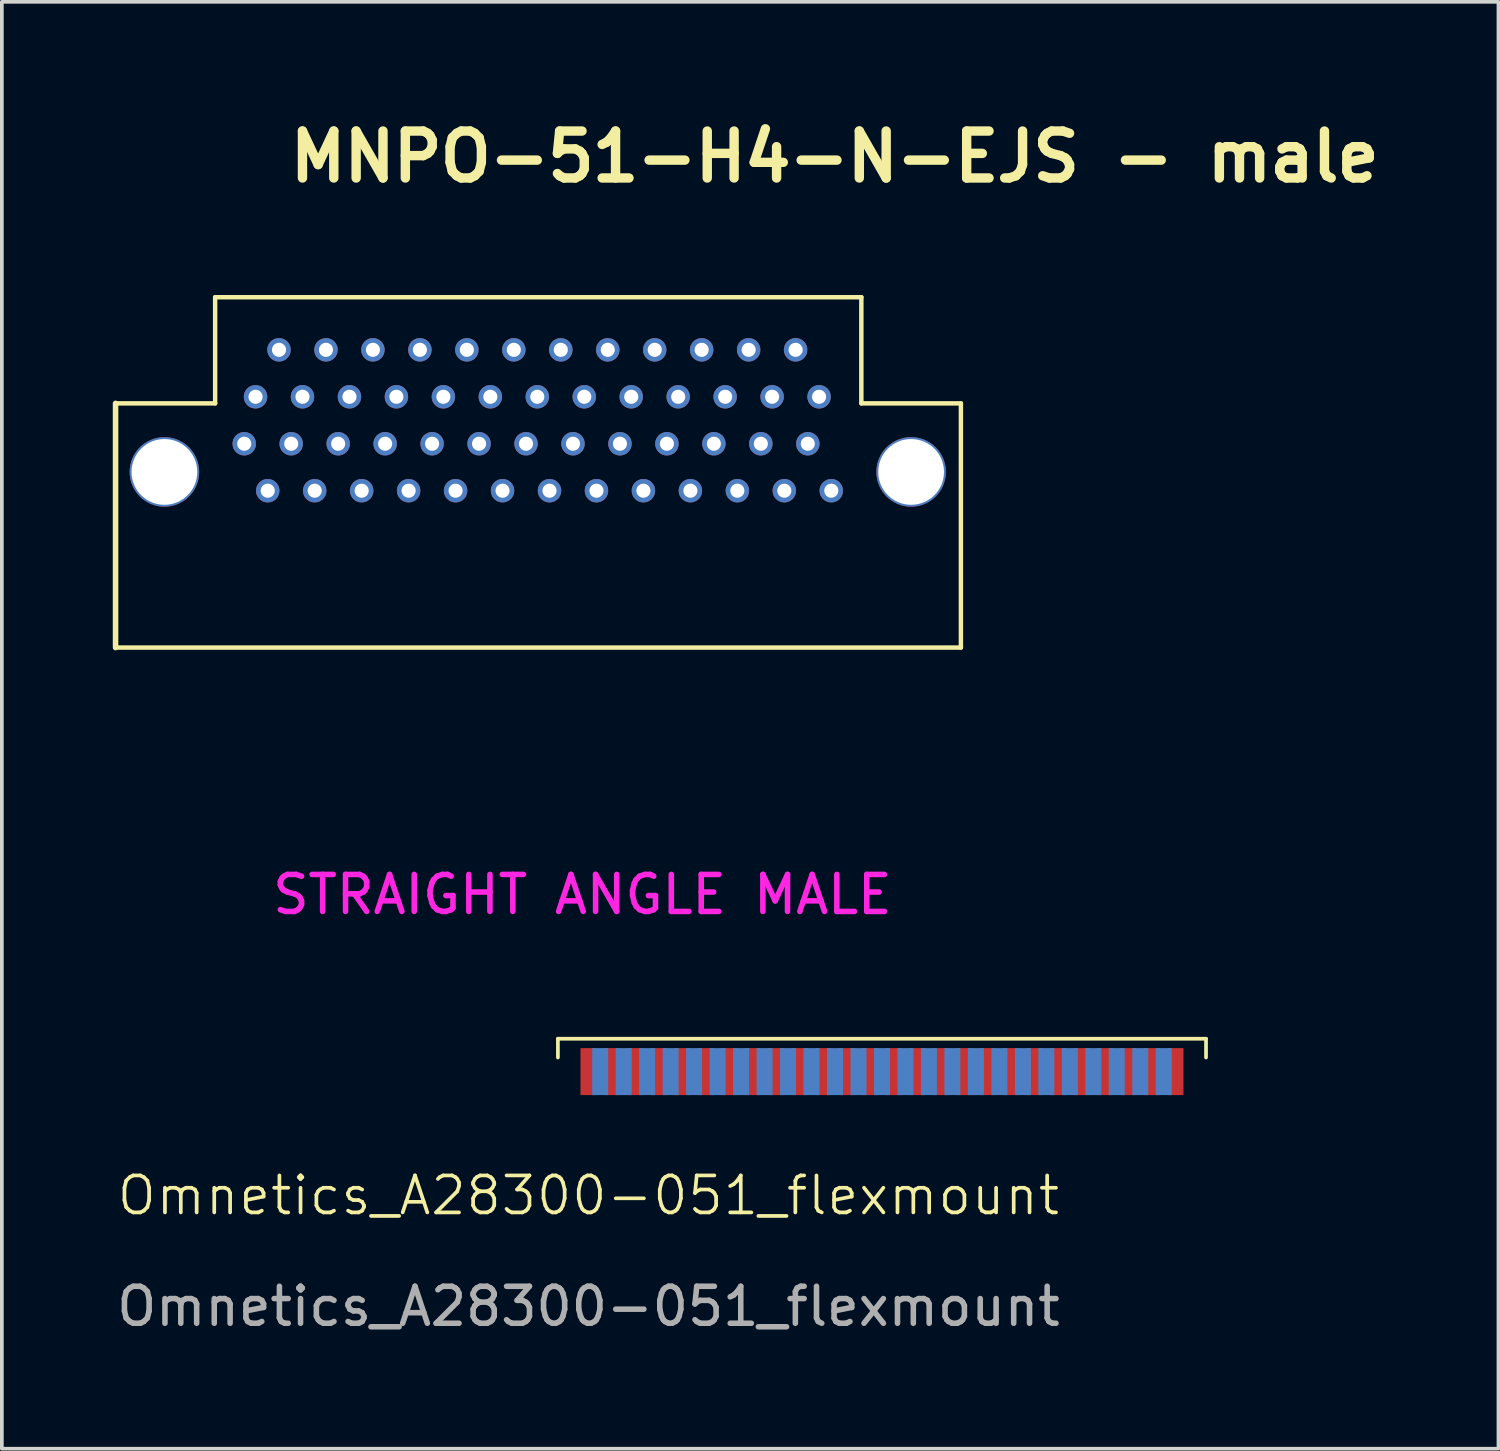
<source format=kicad_pcb>
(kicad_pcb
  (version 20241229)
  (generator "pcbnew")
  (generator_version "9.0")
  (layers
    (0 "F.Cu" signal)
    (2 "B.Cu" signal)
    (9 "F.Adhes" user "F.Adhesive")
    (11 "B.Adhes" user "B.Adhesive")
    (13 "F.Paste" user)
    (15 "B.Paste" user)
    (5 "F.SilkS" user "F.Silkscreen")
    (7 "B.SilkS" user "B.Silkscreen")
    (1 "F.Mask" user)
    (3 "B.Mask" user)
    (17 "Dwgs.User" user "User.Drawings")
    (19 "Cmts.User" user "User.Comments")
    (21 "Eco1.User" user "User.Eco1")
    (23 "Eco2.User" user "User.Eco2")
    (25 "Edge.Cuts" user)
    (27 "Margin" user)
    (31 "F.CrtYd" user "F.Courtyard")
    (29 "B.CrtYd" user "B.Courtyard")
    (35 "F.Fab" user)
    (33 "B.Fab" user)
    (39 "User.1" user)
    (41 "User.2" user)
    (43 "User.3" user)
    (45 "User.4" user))
  (footprint "Omnetics_A28300-051_flexmount"
    (layer "F.Cu")
    (at 12.863 25.929)
    (property "Reference" "Omnetics_A28300-051_flexmount" (at 0 3.35 0) (unlocked yes) (layer "F.SilkS") (effects (font (size 1 1) (thickness 0.1))))
    (fp_line (start -0.826 -0.889) (end -0.826 -0.381) (stroke (width 0.1) (type default)) (layer "F.SilkS"))
    (fp_line (start -0.826 -0.889) (end 16.701 -0.889) (stroke (width 0.1) (type default)) (layer "F.SilkS"))
    (fp_line (start 16.701 -0.889) (end 16.701 -0.381) (stroke (width 0.1) (type default)) (layer "F.SilkS"))
    (fp_text user "${REFERENCE}" (at 0 6.35 0) (unlocked yes) (layer "F.Fab") (effects (font (size 1 1) (thickness 0.15))))
    (pad "1" smd rect (at 0 0) (size 0.432 1.27) (layers "F.Cu" "F.Mask" "F.Paste"))
    (pad "2" smd rect (at 0.635 0) (size 0.432 1.27) (layers "F.Cu" "F.Mask" "F.Paste"))
    (pad "3" smd rect (at 1.27 0) (size 0.432 1.27) (layers "F.Cu" "F.Mask" "F.Paste"))
    (pad "4" smd rect (at 1.905 0) (size 0.432 1.27) (layers "F.Cu" "F.Mask" "F.Paste"))
    (pad "5" smd rect (at 2.54 0) (size 0.432 1.27) (layers "F.Cu" "F.Mask" "F.Paste"))
    (pad "6" smd rect (at 3.175 0) (size 0.432 1.27) (layers "F.Cu" "F.Mask" "F.Paste"))
    (pad "7" smd rect (at 3.81 0) (size 0.432 1.27) (layers "F.Cu" "F.Mask" "F.Paste"))
    (pad "8" smd rect (at 4.445 0) (size 0.432 1.27) (layers "F.Cu" "F.Mask" "F.Paste"))
    (pad "9" smd rect (at 5.08 0) (size 0.432 1.27) (layers "F.Cu" "F.Mask" "F.Paste"))
    (pad "10" smd rect (at 5.715 0) (size 0.432 1.27) (layers "F.Cu" "F.Mask" "F.Paste"))
    (pad "11" smd rect (at 6.35 0) (size 0.432 1.27) (layers "F.Cu" "F.Mask" "F.Paste"))
    (pad "12" smd rect (at 6.985 0) (size 0.432 1.27) (layers "F.Cu" "F.Mask" "F.Paste"))
    (pad "13" smd rect (at 7.62 0) (size 0.432 1.27) (layers "F.Cu" "F.Mask" "F.Paste"))
    (pad "14" smd rect (at 8.255 0) (size 0.432 1.27) (layers "F.Cu" "F.Mask" "F.Paste"))
    (pad "15" smd rect (at 8.89 0) (size 0.432 1.27) (layers "F.Cu" "F.Mask" "F.Paste"))
    (pad "16" smd rect (at 9.525 0) (size 0.432 1.27) (layers "F.Cu" "F.Mask" "F.Paste"))
    (pad "17" smd rect (at 10.16 0) (size 0.432 1.27) (layers "F.Cu" "F.Mask" "F.Paste"))
    (pad "18" smd rect (at 10.795 0) (size 0.432 1.27) (layers "F.Cu" "F.Mask" "F.Paste"))
    (pad "19" smd rect (at 11.43 0) (size 0.432 1.27) (layers "F.Cu" "F.Mask" "F.Paste"))
    (pad "20" smd rect (at 12.065 0) (size 0.432 1.27) (layers "F.Cu" "F.Mask" "F.Paste"))
    (pad "21" smd rect (at 12.7 0) (size 0.432 1.27) (layers "F.Cu" "F.Mask" "F.Paste"))
    (pad "22" smd rect (at 13.335 0) (size 0.432 1.27) (layers "F.Cu" "F.Mask" "F.Paste"))
    (pad "23" smd rect (at 13.97 0) (size 0.432 1.27) (layers "F.Cu" "F.Mask" "F.Paste"))
    (pad "24" smd rect (at 14.605 0) (size 0.432 1.27) (layers "F.Cu" "F.Mask" "F.Paste"))
    (pad "25" smd rect (at 15.24 0) (size 0.432 1.27) (layers "F.Cu" "F.Mask" "F.Paste"))
    (pad "26" smd rect (at 15.875 0) (size 0.432 1.27) (layers "F.Cu" "F.Mask" "F.Paste"))
    (pad "27" smd rect (at 0.318 0) (size 0.432 1.27) (layers "F.Mask" "B.Cu" "F.Paste"))
    (pad "28" smd rect (at 0.953 0) (size 0.432 1.27) (layers "F.Mask" "B.Cu" "F.Paste"))
    (pad "29" smd rect (at 1.587 0) (size 0.432 1.27) (layers "F.Mask" "B.Cu" "F.Paste"))
    (pad "30" smd rect (at 2.223 0) (size 0.432 1.27) (layers "F.Mask" "B.Cu" "F.Paste"))
    (pad "31" smd rect (at 2.857 0) (size 0.432 1.27) (layers "F.Mask" "B.Cu" "F.Paste"))
    (pad "32" smd rect (at 3.493 0) (size 0.432 1.27) (layers "F.Mask" "B.Cu" "F.Paste"))
    (pad "33" smd rect (at 4.128 0) (size 0.432 1.27) (layers "F.Mask" "B.Cu" "F.Paste"))
    (pad "34" smd rect (at 4.763 0) (size 0.432 1.27) (layers "F.Mask" "B.Cu" "F.Paste"))
    (pad "35" smd rect (at 5.397 0) (size 0.432 1.27) (layers "F.Mask" "B.Cu" "F.Paste"))
    (pad "36" smd rect (at 6.032 0) (size 0.432 1.27) (layers "F.Mask" "B.Cu" "F.Paste"))
    (pad "37" smd rect (at 6.668 0) (size 0.432 1.27) (layers "F.Mask" "B.Cu" "F.Paste"))
    (pad "38" smd rect (at 7.303 0) (size 0.432 1.27) (layers "F.Mask" "B.Cu" "F.Paste"))
    (pad "39" smd rect (at 7.938 0) (size 0.432 1.27) (layers "F.Mask" "B.Cu" "F.Paste"))
    (pad "40" smd rect (at 8.572 0) (size 0.432 1.27) (layers "F.Mask" "B.Cu" "F.Paste"))
    (pad "41" smd rect (at 9.207 0) (size 0.432 1.27) (layers "F.Mask" "B.Cu" "F.Paste"))
    (pad "42" smd rect (at 9.842 0) (size 0.432 1.27) (layers "F.Mask" "B.Cu" "F.Paste"))
    (pad "43" smd rect (at 10.477 0) (size 0.432 1.27) (layers "F.Mask" "B.Cu" "F.Paste"))
    (pad "44" smd rect (at 11.113 0) (size 0.432 1.27) (layers "F.Mask" "B.Cu" "F.Paste"))
    (pad "45" smd rect (at 11.748 0) (size 0.432 1.27) (layers "F.Mask" "B.Cu" "F.Paste"))
    (pad "46" smd rect (at 12.383 0) (size 0.432 1.27) (layers "F.Mask" "B.Cu" "F.Paste"))
    (pad "47" smd rect (at 13.018 0) (size 0.432 1.27) (layers "F.Mask" "B.Cu" "F.Paste"))
    (pad "48" smd rect (at 13.652 0) (size 0.432 1.27) (layers "F.Mask" "B.Cu" "F.Paste"))
    (pad "49" smd rect (at 14.287 0) (size 0.432 1.27) (layers "F.Mask" "B.Cu" "F.Paste"))
    (pad "50" smd rect (at 14.922 0) (size 0.432 1.27) (layers "F.Mask" "B.Cu" "F.Paste"))
    (pad "51" smd rect (at 15.557 0) (size 0.432 1.27) (layers "F.Mask" "B.Cu" "F.Paste")))
  (footprint "MNPO-51-H4-N-EJS - male"
    (layer "F.Cu")
    (at 21.589 9.712)
    (property "Reference" "MNPO-51-H4-N-EJS - male" (at -2.066 -8.523 0) (layer "F.SilkS") (effects (font (size 1.27 1.27) (thickness 0.254))))
    (attr through_hole)
    (fp_line (start -21.514 -1.854) (end -21.514 4.75) (stroke (width 0.15) (type solid)) (layer "F.SilkS"))
    (fp_line (start -18.821 -4.724) (end -1.346 -4.724) (stroke (width 0.12) (type solid)) (layer "F.SilkS"))
    (fp_line (start -18.821 -1.854) (end -21.514 -1.854) (stroke (width 0.12) (type solid)) (layer "F.SilkS"))
    (fp_line (start -18.821 -1.854) (end -18.821 -4.724) (stroke (width 0.12) (type solid)) (layer "F.SilkS"))
    (fp_line (start -1.346 -1.854) (end -1.346 -4.724) (stroke (width 0.12) (type solid)) (layer "F.SilkS"))
    (fp_line (start 1.346 -1.854) (end -1.346 -1.854) (stroke (width 0.12) (type solid)) (layer "F.SilkS"))
    (fp_line (start 1.346 -1.854) (end 1.346 4.75) (stroke (width 0.12) (type solid)) (layer "F.SilkS"))
    (fp_line (start 1.346 4.75) (end -21.514 4.75) (stroke (width 0.12) (type solid)) (layer "F.SilkS"))
    (fp_text user "STRAIGHT ANGLE MALE" (at -8.89 11.43 0) (layer "F.CrtYd") (effects (font (size 1 1) (thickness 0.15))))
    (pad "1" thru_hole circle (at -2.159 0.508 90) (size 0.635 0.635) (drill 0.381) (layers "*.Cu" "*.Mask"))
    (pad "2" thru_hole circle (at -2.794 -0.762 90) (size 0.635 0.635) (drill 0.381) (layers "*.Cu" "*.Mask"))
    (pad "3" thru_hole circle (at -3.429 0.508 90) (size 0.635 0.635) (drill 0.381) (layers "*.Cu" "*.Mask"))
    (pad "4" thru_hole circle (at -4.064 -0.762 90) (size 0.635 0.635) (drill 0.381) (layers "*.Cu" "*.Mask"))
    (pad "5" thru_hole circle (at -4.699 0.508 90) (size 0.635 0.635) (drill 0.381) (layers "*.Cu" "*.Mask"))
    (pad "6" thru_hole circle (at -5.334 -0.762 90) (size 0.635 0.635) (drill 0.381) (layers "*.Cu" "*.Mask"))
    (pad "7" thru_hole circle (at -5.969 0.508 90) (size 0.635 0.635) (drill 0.381) (layers "*.Cu" "*.Mask"))
    (pad "8" thru_hole circle (at -6.604 -0.762 90) (size 0.635 0.635) (drill 0.381) (layers "*.Cu" "*.Mask"))
    (pad "9" thru_hole circle (at -7.239 0.508 90) (size 0.635 0.635) (drill 0.381) (layers "*.Cu" "*.Mask"))
    (pad "10" thru_hole circle (at -7.874 -0.762 90) (size 0.635 0.635) (drill 0.381) (layers "*.Cu" "*.Mask"))
    (pad "11" thru_hole circle (at -8.509 0.508 90) (size 0.635 0.635) (drill 0.381) (layers "*.Cu" "*.Mask"))
    (pad "12" thru_hole circle (at -9.144 -0.762 90) (size 0.635 0.635) (drill 0.381) (layers "*.Cu" "*.Mask"))
    (pad "13" thru_hole circle (at -9.779 0.508 90) (size 0.635 0.635) (drill 0.381) (layers "*.Cu" "*.Mask"))
    (pad "14" thru_hole circle (at -10.414 -0.762 90) (size 0.635 0.635) (drill 0.381) (layers "*.Cu" "*.Mask"))
    (pad "15" thru_hole circle (at -11.049 0.508 90) (size 0.635 0.635) (drill 0.381) (layers "*.Cu" "*.Mask"))
    (pad "16" thru_hole circle (at -11.684 -0.762 90) (size 0.635 0.635) (drill 0.381) (layers "*.Cu" "*.Mask"))
    (pad "17" thru_hole circle (at -12.319 0.508 90) (size 0.635 0.635) (drill 0.381) (layers "*.Cu" "*.Mask"))
    (pad "18" thru_hole circle (at -12.954 -0.762 90) (size 0.635 0.635) (drill 0.381) (layers "*.Cu" "*.Mask"))
    (pad "19" thru_hole circle (at -13.589 0.508 90) (size 0.635 0.635) (drill 0.381) (layers "*.Cu" "*.Mask"))
    (pad "20" thru_hole circle (at -14.224 -0.762 90) (size 0.635 0.635) (drill 0.381) (layers "*.Cu" "*.Mask"))
    (pad "21" thru_hole circle (at -14.859 0.508 90) (size 0.635 0.635) (drill 0.381) (layers "*.Cu" "*.Mask"))
    (pad "22" thru_hole circle (at -15.494 -0.762 90) (size 0.635 0.635) (drill 0.381) (layers "*.Cu" "*.Mask"))
    (pad "23" thru_hole circle (at -16.129 0.508 90) (size 0.635 0.635) (drill 0.381) (layers "*.Cu" "*.Mask"))
    (pad "24" thru_hole circle (at -16.764 -0.762 90) (size 0.635 0.635) (drill 0.381) (layers "*.Cu" "*.Mask"))
    (pad "25" thru_hole circle (at -17.399 0.508 90) (size 0.635 0.635) (drill 0.381) (layers "*.Cu" "*.Mask"))
    (pad "26" thru_hole circle (at -18.034 -0.762 90) (size 0.635 0.635) (drill 0.381) (layers "*.Cu" "*.Mask"))
    (pad "27" thru_hole circle (at -2.489 -2.032 90) (size 0.635 0.635) (drill 0.381) (layers "*.Cu" "*.Mask"))
    (pad "28" thru_hole circle (at -3.124 -3.302 90) (size 0.635 0.635) (drill 0.381) (layers "*.Cu" "*.Mask"))
    (pad "29" thru_hole circle (at -3.759 -2.032 90) (size 0.635 0.635) (drill 0.381) (layers "*.Cu" "*.Mask"))
    (pad "30" thru_hole circle (at -4.394 -3.302 90) (size 0.635 0.635) (drill 0.381) (layers "*.Cu" "*.Mask"))
    (pad "31" thru_hole circle (at -5.029 -2.032 90) (size 0.635 0.635) (drill 0.381) (layers "*.Cu" "*.Mask"))
    (pad "32" thru_hole circle (at -5.664 -3.302 90) (size 0.635 0.635) (drill 0.381) (layers "*.Cu" "*.Mask"))
    (pad "33" thru_hole circle (at -6.299 -2.032 90) (size 0.635 0.635) (drill 0.381) (layers "*.Cu" "*.Mask"))
    (pad "34" thru_hole circle (at -6.934 -3.302 90) (size 0.635 0.635) (drill 0.381) (layers "*.Cu" "*.Mask"))
    (pad "35" thru_hole circle (at -7.569 -2.032 90) (size 0.635 0.635) (drill 0.381) (layers "*.Cu" "*.Mask"))
    (pad "36" thru_hole circle (at -8.204 -3.302 90) (size 0.635 0.635) (drill 0.381) (layers "*.Cu" "*.Mask"))
    (pad "37" thru_hole circle (at -8.839 -2.032 90) (size 0.635 0.635) (drill 0.381) (layers "*.Cu" "*.Mask"))
    (pad "38" thru_hole circle (at -9.474 -3.302 90) (size 0.635 0.635) (drill 0.381) (layers "*.Cu" "*.Mask"))
    (pad "39" thru_hole circle (at -10.109 -2.032 90) (size 0.635 0.635) (drill 0.381) (layers "*.Cu" "*.Mask"))
    (pad "40" thru_hole circle (at -10.744 -3.302 90) (size 0.635 0.635) (drill 0.381) (layers "*.Cu" "*.Mask"))
    (pad "41" thru_hole circle (at -11.379 -2.032 90) (size 0.635 0.635) (drill 0.381) (layers "*.Cu" "*.Mask"))
    (pad "42" thru_hole circle (at -12.014 -3.302 90) (size 0.635 0.635) (drill 0.381) (layers "*.Cu" "*.Mask"))
    (pad "43" thru_hole circle (at -12.649 -2.032 90) (size 0.635 0.635) (drill 0.381) (layers "*.Cu" "*.Mask"))
    (pad "44" thru_hole circle (at -13.284 -3.302 90) (size 0.635 0.635) (drill 0.381) (layers "*.Cu" "*.Mask"))
    (pad "45" thru_hole circle (at -13.919 -2.032 90) (size 0.635 0.635) (drill 0.381) (layers "*.Cu" "*.Mask"))
    (pad "46" thru_hole circle (at -14.554 -3.302 90) (size 0.635 0.635) (drill 0.381) (layers "*.Cu" "*.Mask"))
    (pad "47" thru_hole circle (at -15.189 -2.032 90) (size 0.635 0.635) (drill 0.381) (layers "*.Cu" "*.Mask"))
    (pad "48" thru_hole circle (at -15.824 -3.302 90) (size 0.635 0.635) (drill 0.381) (layers "*.Cu" "*.Mask"))
    (pad "49" thru_hole circle (at -16.459 -2.032 90) (size 0.635 0.635) (drill 0.381) (layers "*.Cu" "*.Mask"))
    (pad "50" thru_hole circle (at -17.094 -3.302 90) (size 0.635 0.635) (drill 0.381) (layers "*.Cu" "*.Mask"))
    (pad "51" thru_hole circle (at -17.729 -2.032 90) (size 0.635 0.635) (drill 0.381) (layers "*.Cu" "*.Mask"))
    (pad "52" thru_hole circle (at -20.193 0 90) (size 1.88 1.88) (drill 1.778) (layers "*.Cu" "*.Mask"))
    (pad "53" thru_hole circle (at 0 0 90) (size 1.88 1.88) (drill 1.778) (layers "*.Cu" "*.Mask")))
  (gr_rect
    (start -3 -3)
    (end 37.472 36.127)
    (stroke (width 0.1) (type default))
    (fill no)
    (layer "Edge.Cuts")))
</source>
